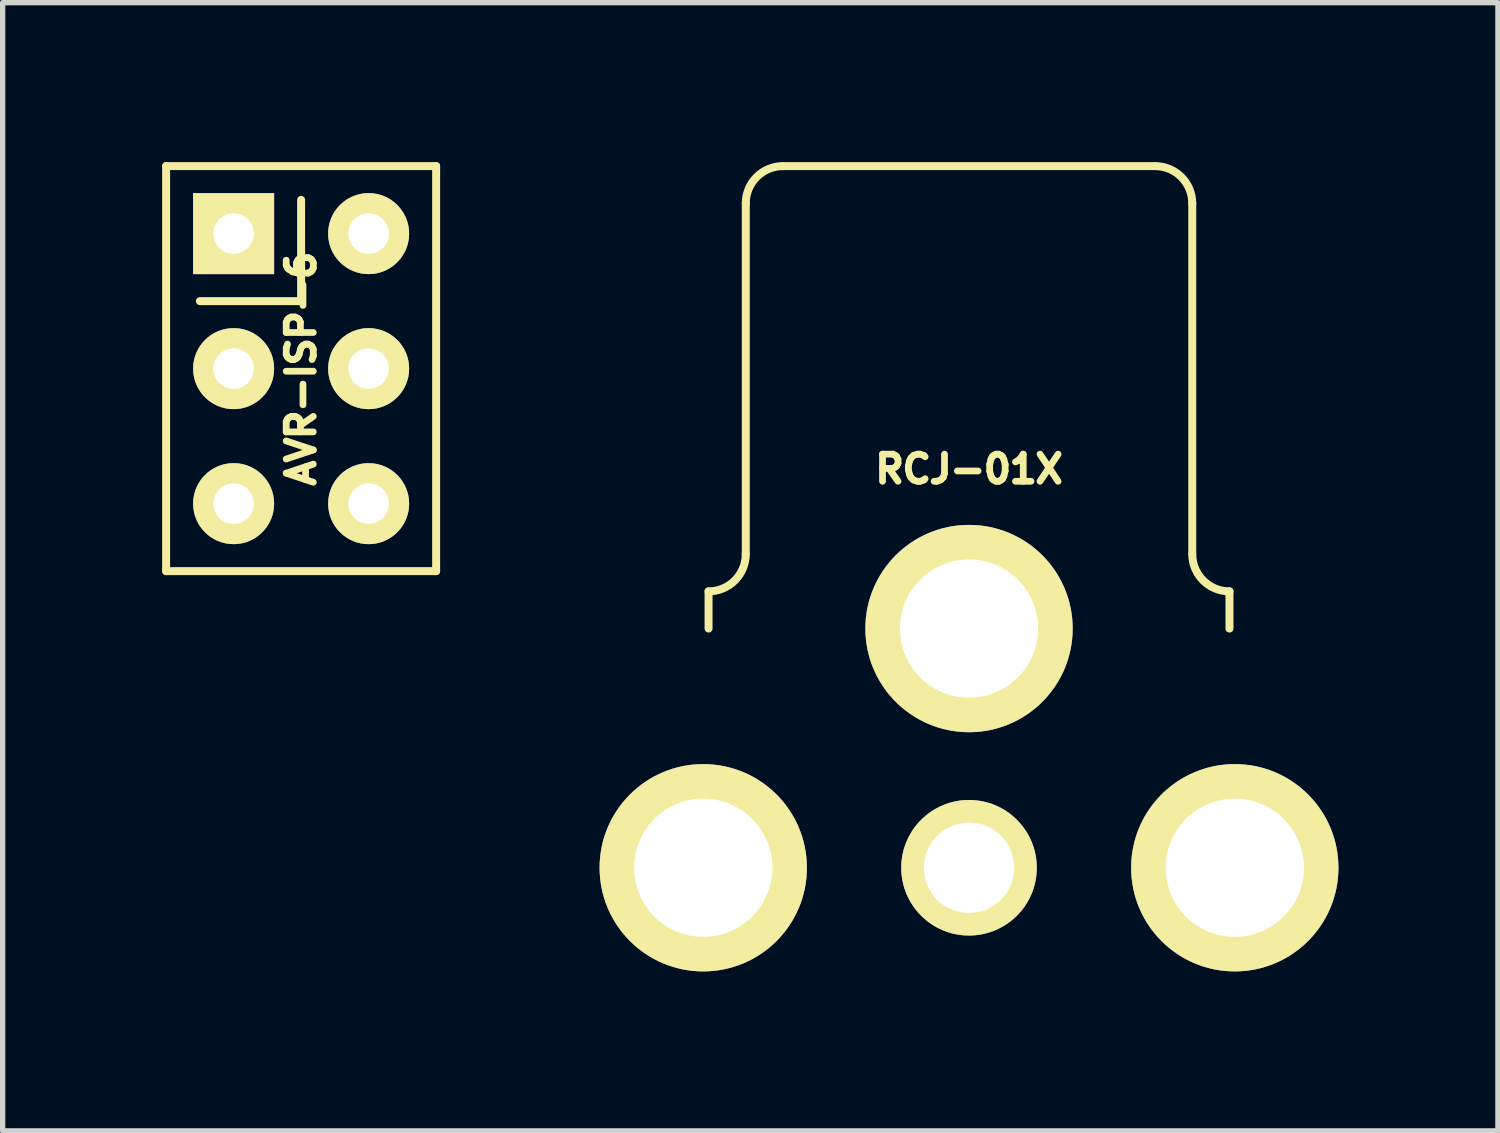
<source format=kicad_pcb>
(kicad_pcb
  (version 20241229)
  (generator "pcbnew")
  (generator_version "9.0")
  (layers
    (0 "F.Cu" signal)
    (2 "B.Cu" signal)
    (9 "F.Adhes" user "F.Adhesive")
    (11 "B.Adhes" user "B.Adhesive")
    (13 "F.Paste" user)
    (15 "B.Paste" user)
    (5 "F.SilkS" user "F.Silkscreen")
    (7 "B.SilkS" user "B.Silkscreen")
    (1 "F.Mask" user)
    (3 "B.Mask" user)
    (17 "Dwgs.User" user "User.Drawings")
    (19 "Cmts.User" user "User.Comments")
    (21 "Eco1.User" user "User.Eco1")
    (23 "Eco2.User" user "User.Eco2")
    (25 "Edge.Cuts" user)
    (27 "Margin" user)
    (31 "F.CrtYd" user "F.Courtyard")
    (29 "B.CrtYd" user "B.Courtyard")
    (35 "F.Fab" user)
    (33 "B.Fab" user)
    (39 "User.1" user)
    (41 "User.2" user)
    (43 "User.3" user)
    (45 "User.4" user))
  (footprint "RCJ-01X"
    (layer "F.Cu")
    (at 15.18 8.775)
    (property "Reference" "RCJ-01X" (at 0 -3 0) (layer "F.SilkS") (effects (font (size 0.51 0.51) (thickness 0.127))))
    (attr through_hole)
    (fp_line (start -4.9 0) (end -4.9 -0.7) (stroke (width 0.15) (type solid)) (layer "F.SilkS"))
    (fp_line (start -4.2 -1.4) (end -4.2 -8) (stroke (width 0.15) (type solid)) (layer "F.SilkS"))
    (fp_line (start -3.5 -8.7) (end 3.5 -8.7) (stroke (width 0.15) (type solid)) (layer "F.SilkS"))
    (fp_line (start 4.2 -1.4) (end 4.2 -8) (stroke (width 0.15) (type solid)) (layer "F.SilkS"))
    (fp_line (start 4.9 0) (end 4.9 -0.7) (stroke (width 0.15) (type solid)) (layer "F.SilkS"))
    (fp_arc (start -4.2 -8) (mid -3.994975 -8.494975) (end -3.5 -8.7) (stroke (width 0.15) (type solid)) (layer "F.SilkS"))
    (fp_arc (start -4.2 -1.4) (mid -4.405025 -0.905025) (end -4.9 -0.7) (stroke (width 0.15) (type solid)) (layer "F.SilkS"))
    (fp_arc (start 3.5 -8.7) (mid 3.994975 -8.494975) (end 4.2 -8) (stroke (width 0.15) (type solid)) (layer "F.SilkS"))
    (fp_arc (start 4.9 -0.7) (mid 4.405025 -0.905025) (end 4.2 -1.4) (stroke (width 0.15) (type solid)) (layer "F.SilkS"))
    (pad "1" thru_hole circle (at -5 4.5) (size 3.9 3.9) (drill 2.6) (layers "*.Cu" "*.Mask" "F.SilkS"))
    (pad "1" thru_hole circle (at 0 0) (size 3.9 3.9) (drill 2.6) (layers "*.Cu" "*.Mask" "F.SilkS"))
    (pad "1" thru_hole circle (at 5 4.5) (size 3.9 3.9) (drill 2.6) (layers "*.Cu" "*.Mask" "F.SilkS"))
    (pad "2" thru_hole circle (at 0 4.5) (size 2.55 2.55) (drill 1.7) (layers "*.Cu" "*.Mask" "F.SilkS")))
  (footprint "AVR-ISP-6"
    (layer "F.Cu")
    (at 2.615 3.885)
    (property "Reference" "AVR-ISP-6" (at 0 0 90) (layer "F.SilkS") (effects (font (size 0.51 0.51) (thickness 0.127))))
    (attr through_hole)
    (fp_line (start -2.54 -3.81) (end 2.54 -3.81) (stroke (width 0.15) (type solid)) (layer "F.SilkS"))
    (fp_line (start -2.54 3.81) (end -2.54 -3.81) (stroke (width 0.15) (type solid)) (layer "F.SilkS"))
    (fp_line (start 0 -3.175) (end 0 -1.27) (stroke (width 0.15) (type solid)) (layer "F.SilkS"))
    (fp_line (start 0 -1.27) (end -1.905 -1.27) (stroke (width 0.15) (type solid)) (layer "F.SilkS"))
    (fp_line (start 2.54 -3.81) (end 2.54 3.81) (stroke (width 0.15) (type solid)) (layer "F.SilkS"))
    (fp_line (start 2.54 3.81) (end -2.54 3.81) (stroke (width 0.15) (type solid)) (layer "F.SilkS"))
    (pad "1" thru_hole rect (at -1.27 -2.54) (size 1.524 1.524) (drill 0.762) (layers "*.Cu" "*.Mask" "F.SilkS"))
    (pad "2" thru_hole circle (at 1.27 -2.54) (size 1.524 1.524) (drill 0.762) (layers "*.Cu" "*.Mask" "F.SilkS"))
    (pad "3" thru_hole circle (at -1.27 0) (size 1.524 1.524) (drill 0.762) (layers "*.Cu" "*.Mask" "F.SilkS"))
    (pad "4" thru_hole circle (at 1.27 0) (size 1.524 1.524) (drill 0.762) (layers "*.Cu" "*.Mask" "F.SilkS"))
    (pad "5" thru_hole circle (at -1.27 2.54) (size 1.524 1.524) (drill 0.762) (layers "*.Cu" "*.Mask" "F.SilkS"))
    (pad "6" thru_hole circle (at 1.27 2.54) (size 1.524 1.524) (drill 0.762) (layers "*.Cu" "*.Mask" "F.SilkS")))
  (gr_rect
    (start -3 -3)
    (end 25.13 18.225)
    (stroke (width 0.1) (type default))
    (fill no)
    (layer "Edge.Cuts")))
</source>
